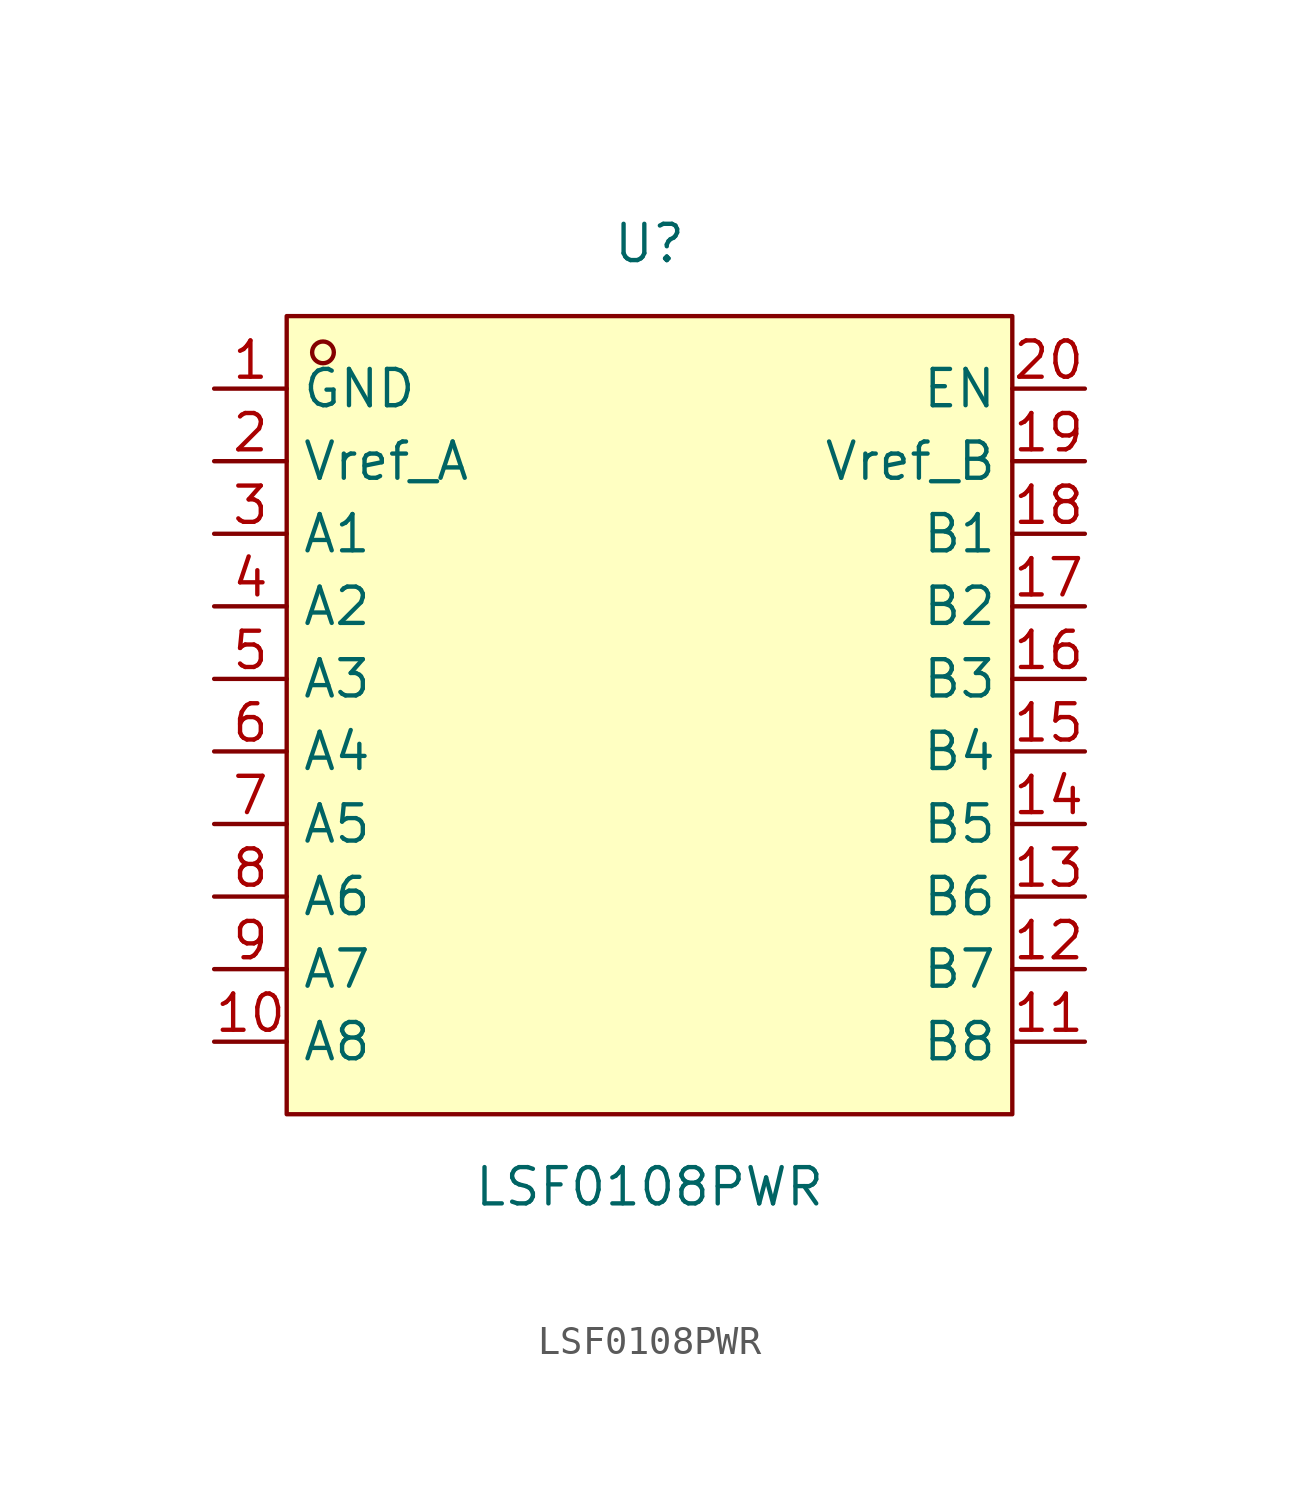
<source format=kicad_sym>
(kicad_symbol_lib
  (version 20211014)
  (generator https://github.com/uPesy/easyeda2kicad.py)
  (symbol "LSF0108PWR"
    (property "Reference" "U"
      (at 0 16.51 0)
      (effects (font (size 1.27 1.27))))
    (property "Value" "LSF0108PWR"
      (at 0 -16.51 0)
      (effects (font (size 1.27 1.27))))
    (symbol "LSF0108PWR_0_1"
      (rectangle (start -12.70 13.97) (end 12.70 -13.97) (stroke (width 0) (type default) (color 0 0 0 0)) (fill (type background)))
      (circle (center -11.43 12.70) (radius 0.38) (stroke (width 0) (type default) (color 0 0 0 0)) (fill (type none)))
      (pin unspecified line (at -15.24 11.43 0) (length 2.54) (name "GND" (effects (font (size 1.27 1.27)))) (number "1" (effects (font (size 1.27 1.27)))))
      (pin unspecified line (at -15.24 8.89 0) (length 2.54) (name "Vref_A" (effects (font (size 1.27 1.27)))) (number "2" (effects (font (size 1.27 1.27)))))
      (pin unspecified line (at -15.24 6.35 0) (length 2.54) (name "A1" (effects (font (size 1.27 1.27)))) (number "3" (effects (font (size 1.27 1.27)))))
      (pin unspecified line (at -15.24 3.81 0) (length 2.54) (name "A2" (effects (font (size 1.27 1.27)))) (number "4" (effects (font (size 1.27 1.27)))))
      (pin unspecified line (at -15.24 1.27 0) (length 2.54) (name "A3" (effects (font (size 1.27 1.27)))) (number "5" (effects (font (size 1.27 1.27)))))
      (pin unspecified line (at -15.24 -1.27 0) (length 2.54) (name "A4" (effects (font (size 1.27 1.27)))) (number "6" (effects (font (size 1.27 1.27)))))
      (pin unspecified line (at -15.24 -3.81 0) (length 2.54) (name "A5" (effects (font (size 1.27 1.27)))) (number "7" (effects (font (size 1.27 1.27)))))
      (pin unspecified line (at -15.24 -6.35 0) (length 2.54) (name "A6" (effects (font (size 1.27 1.27)))) (number "8" (effects (font (size 1.27 1.27)))))
      (pin unspecified line (at -15.24 -8.89 0) (length 2.54) (name "A7" (effects (font (size 1.27 1.27)))) (number "9" (effects (font (size 1.27 1.27)))))
      (pin unspecified line (at -15.24 -11.43 0) (length 2.54) (name "A8" (effects (font (size 1.27 1.27)))) (number "10" (effects (font (size 1.27 1.27)))))
      (pin unspecified line (at 15.24 -11.43 180) (length 2.54) (name "B8" (effects (font (size 1.27 1.27)))) (number "11" (effects (font (size 1.27 1.27)))))
      (pin unspecified line (at 15.24 -8.89 180) (length 2.54) (name "B7" (effects (font (size 1.27 1.27)))) (number "12" (effects (font (size 1.27 1.27)))))
      (pin unspecified line (at 15.24 -6.35 180) (length 2.54) (name "B6" (effects (font (size 1.27 1.27)))) (number "13" (effects (font (size 1.27 1.27)))))
      (pin unspecified line (at 15.24 -3.81 180) (length 2.54) (name "B5" (effects (font (size 1.27 1.27)))) (number "14" (effects (font (size 1.27 1.27)))))
      (pin unspecified line (at 15.24 -1.27 180) (length 2.54) (name "B4" (effects (font (size 1.27 1.27)))) (number "15" (effects (font (size 1.27 1.27)))))
      (pin unspecified line (at 15.24 1.27 180) (length 2.54) (name "B3" (effects (font (size 1.27 1.27)))) (number "16" (effects (font (size 1.27 1.27)))))
      (pin unspecified line (at 15.24 3.81 180) (length 2.54) (name "B2" (effects (font (size 1.27 1.27)))) (number "17" (effects (font (size 1.27 1.27)))))
      (pin unspecified line (at 15.24 6.35 180) (length 2.54) (name "B1" (effects (font (size 1.27 1.27)))) (number "18" (effects (font (size 1.27 1.27)))))
      (pin unspecified line (at 15.24 8.89 180) (length 2.54) (name "Vref_B" (effects (font (size 1.27 1.27)))) (number "19" (effects (font (size 1.27 1.27)))))
      (pin unspecified line (at 15.24 11.43 180) (length 2.54) (name "EN" (effects (font (size 1.27 1.27)))) (number "20" (effects (font (size 1.27 1.27))))))))
</source>
